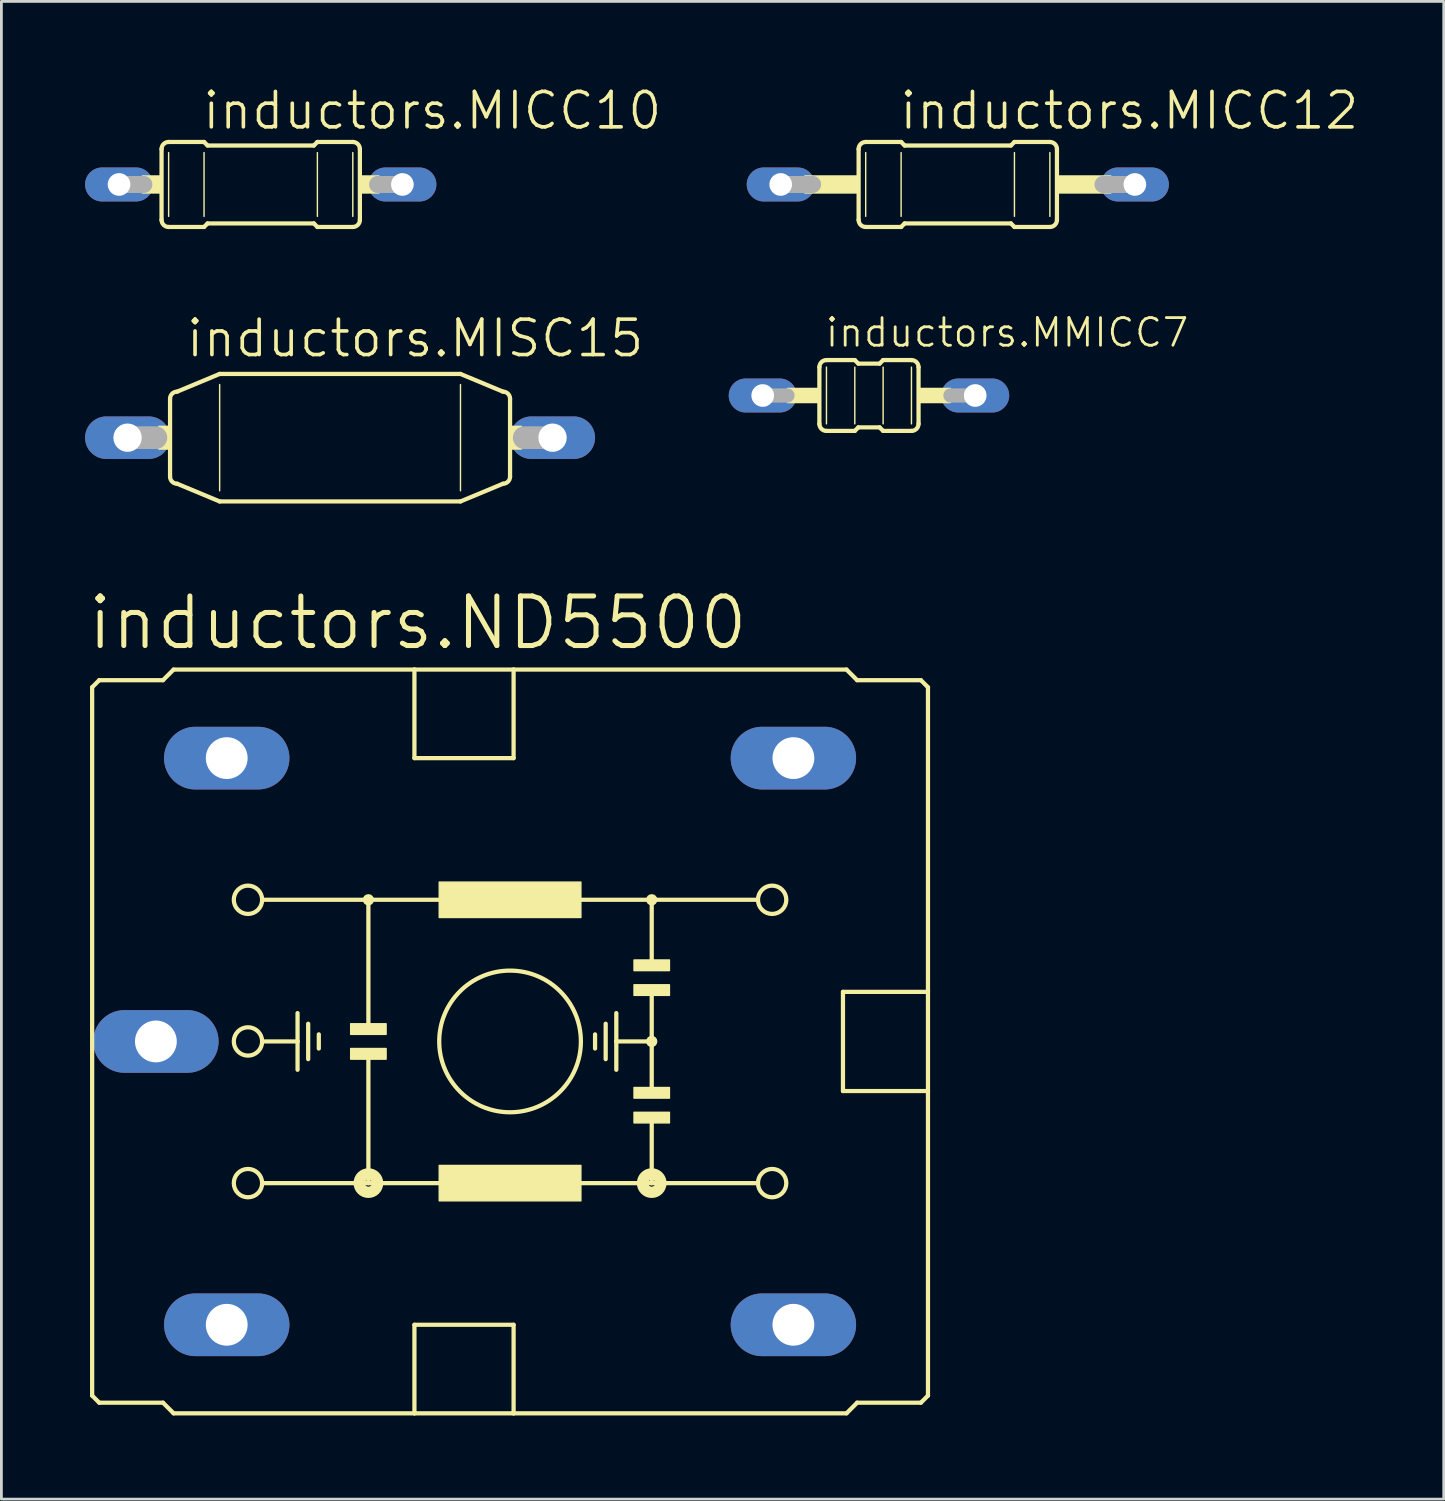
<source format=kicad_pcb>
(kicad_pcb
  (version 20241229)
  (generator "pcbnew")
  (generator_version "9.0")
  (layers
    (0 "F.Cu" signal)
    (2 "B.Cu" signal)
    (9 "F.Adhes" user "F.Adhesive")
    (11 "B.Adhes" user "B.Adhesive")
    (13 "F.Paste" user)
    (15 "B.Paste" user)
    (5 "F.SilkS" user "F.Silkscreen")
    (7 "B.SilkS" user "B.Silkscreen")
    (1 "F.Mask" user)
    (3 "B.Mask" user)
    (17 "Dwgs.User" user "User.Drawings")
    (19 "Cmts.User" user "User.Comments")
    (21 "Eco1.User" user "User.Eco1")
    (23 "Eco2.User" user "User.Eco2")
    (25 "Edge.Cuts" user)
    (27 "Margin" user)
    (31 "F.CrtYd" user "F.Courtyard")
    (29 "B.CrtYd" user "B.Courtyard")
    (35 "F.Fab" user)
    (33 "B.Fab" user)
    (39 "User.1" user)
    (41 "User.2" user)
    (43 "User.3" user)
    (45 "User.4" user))
  (footprint "inductors.MMICC7"
    (layer "F.Cu")
    (at 28.11 11.132)
    (property "Reference" "inductors.MMICC7" (at -1.626 -1.676 0) (layer "F.SilkS") (effects (font (size 0.991 0.991) (thickness 0.1)) (justify left bottom)))
    (attr through_hole)
    (fp_line (start -1.778 1.016) (end -1.778 -1.016) (stroke (width 0.152) (type default)) (layer "F.SilkS"))
    (fp_line (start -1.524 -1.27) (end -0.508 -1.27) (stroke (width 0.152) (type default)) (layer "F.SilkS"))
    (fp_line (start -1.524 -1.016) (end -1.524 1.016) (stroke (width 0.051) (type default)) (layer "F.SilkS"))
    (fp_line (start -1.524 1.27) (end -0.508 1.27) (stroke (width 0.152) (type default)) (layer "F.SilkS"))
    (fp_line (start -0.508 -1.016) (end -0.508 1.016) (stroke (width 0.051) (type default)) (layer "F.SilkS"))
    (fp_line (start -0.381 -1.143) (end -0.508 -1.27) (stroke (width 0.152) (type default)) (layer "F.SilkS"))
    (fp_line (start -0.381 1.143) (end -0.508 1.27) (stroke (width 0.152) (type default)) (layer "F.SilkS"))
    (fp_line (start 0.381 -1.143) (end -0.381 -1.143) (stroke (width 0.152) (type default)) (layer "F.SilkS"))
    (fp_line (start 0.381 -1.143) (end 0.508 -1.27) (stroke (width 0.152) (type default)) (layer "F.SilkS"))
    (fp_line (start 0.381 1.143) (end -0.381 1.143) (stroke (width 0.152) (type default)) (layer "F.SilkS"))
    (fp_line (start 0.381 1.143) (end 0.508 1.27) (stroke (width 0.152) (type default)) (layer "F.SilkS"))
    (fp_line (start 0.508 -1.016) (end 0.508 1.016) (stroke (width 0.051) (type default)) (layer "F.SilkS"))
    (fp_line (start 1.524 -1.27) (end 0.508 -1.27) (stroke (width 0.152) (type default)) (layer "F.SilkS"))
    (fp_line (start 1.524 -1.016) (end 1.524 1.016) (stroke (width 0.051) (type default)) (layer "F.SilkS"))
    (fp_line (start 1.524 1.27) (end 0.508 1.27) (stroke (width 0.152) (type default)) (layer "F.SilkS"))
    (fp_line (start 1.778 1.016) (end 1.778 -1.016) (stroke (width 0.152) (type default)) (layer "F.SilkS"))
    (fp_rect (start -2.921 0.254) (end -1.778 -0.254) (stroke (width 0.05) (type default)) (fill yes) (layer "F.SilkS"))
    (fp_rect (start 1.778 0.254) (end 2.921 -0.254) (stroke (width 0.05) (type default)) (fill yes) (layer "F.SilkS"))
    (fp_arc (start -1.778 -1.016) (mid -1.703605 -1.195605) (end -1.524 -1.27) (stroke (width 0.1524) (type default)) (layer "F.SilkS"))
    (fp_arc (start -1.524 1.27) (mid -1.703605 1.195605) (end -1.778 1.016) (stroke (width 0.1524) (type default)) (layer "F.SilkS"))
    (fp_arc (start 1.524 -1.27) (mid 1.703605 -1.195605) (end 1.778 -1.016) (stroke (width 0.1524) (type default)) (layer "F.SilkS"))
    (fp_arc (start 1.778 1.016) (mid 1.703605 1.195605) (end 1.524 1.27) (stroke (width 0.1524) (type default)) (layer "F.SilkS"))
    (fp_line (start -3.81 0) (end -2.921 0) (stroke (width 0.508) (type default)) (layer "F.Fab"))
    (fp_line (start 3.81 0) (end 2.921 0) (stroke (width 0.508) (type default)) (layer "F.Fab"))
    (pad "1" thru_hole oval (at -3.81 0) (size 2.438 1.219) (drill 0.813) (layers "*.Cu" "*.Mask"))
    (pad "2" thru_hole oval (at 3.81 0) (size 2.438 1.219) (drill 0.813) (layers "*.Cu" "*.Mask")))
  (footprint "inductors.MISC15"
    (layer "F.Cu")
    (at 9.144 12.645)
    (property "Reference" "inductors.MISC15" (at -5.588 -2.819 0) (layer "F.SilkS") (effects (font (size 1.27 1.27) (thickness 0.13)) (justify left bottom)))
    (attr through_hole)
    (fp_line (start -6.096 1.397) (end -6.096 -1.397) (stroke (width 0.152) (type default)) (layer "F.SilkS"))
    (fp_line (start -5.842 -1.651) (end -4.318 -2.286) (stroke (width 0.152) (type default)) (layer "F.SilkS"))
    (fp_line (start -5.842 1.651) (end -4.318 2.286) (stroke (width 0.152) (type default)) (layer "F.SilkS"))
    (fp_line (start -4.318 -1.905) (end -4.318 1.905) (stroke (width 0.051) (type default)) (layer "F.SilkS"))
    (fp_line (start 4.318 -2.286) (end -4.318 -2.286) (stroke (width 0.152) (type default)) (layer "F.SilkS"))
    (fp_line (start 4.318 -1.905) (end 4.318 1.905) (stroke (width 0.051) (type default)) (layer "F.SilkS"))
    (fp_line (start 4.318 2.286) (end -4.318 2.286) (stroke (width 0.152) (type default)) (layer "F.SilkS"))
    (fp_line (start 5.842 -1.651) (end 4.318 -2.286) (stroke (width 0.152) (type default)) (layer "F.SilkS"))
    (fp_line (start 5.842 1.651) (end 4.318 2.286) (stroke (width 0.152) (type default)) (layer "F.SilkS"))
    (fp_line (start 6.096 1.397) (end 6.096 -1.397) (stroke (width 0.152) (type default)) (layer "F.SilkS"))
    (fp_rect (start -6.502 0.406) (end -6.096 -0.406) (stroke (width 0.05) (type default)) (fill yes) (layer "F.SilkS"))
    (fp_rect (start 6.096 0.406) (end 6.502 -0.406) (stroke (width 0.05) (type default)) (fill yes) (layer "F.SilkS"))
    (fp_arc (start -6.096 -1.397) (mid -6.021605 -1.576605) (end -5.842 -1.651) (stroke (width 0.1524) (type default)) (layer "F.SilkS"))
    (fp_arc (start -5.842 1.651) (mid -6.021605 1.576605) (end -6.096 1.397) (stroke (width 0.1524) (type default)) (layer "F.SilkS"))
    (fp_arc (start 5.842 -1.651) (mid 6.021605 -1.576605) (end 6.096 -1.397) (stroke (width 0.1524) (type default)) (layer "F.SilkS"))
    (fp_arc (start 6.096 1.397) (mid 6.021605 1.576605) (end 5.842 1.651) (stroke (width 0.1524) (type default)) (layer "F.SilkS"))
    (fp_line (start -7.62 0) (end -6.604 0) (stroke (width 0.813) (type default)) (layer "F.Fab"))
    (fp_line (start 7.62 0) (end 6.604 0) (stroke (width 0.813) (type default)) (layer "F.Fab"))
    (pad "1" thru_hole oval (at -7.62 0) (size 3.048 1.524) (drill 1.016) (layers "*.Cu" "*.Mask"))
    (pad "2" thru_hole oval (at 7.62 0) (size 3.048 1.524) (drill 1.016) (layers "*.Cu" "*.Mask")))
  (footprint "inductors.ND5500"
    (layer "F.Cu")
    (at 15.24 34.295)
    (property "Reference" "inductors.ND5500" (at -15.24 -13.97 0) (layer "F.SilkS") (effects (font (size 1.778 1.778) (thickness 0.18)) (justify left bottom)))
    (attr through_hole)
    (fp_line (start -14.986 -12.7) (end -14.732 -12.954) (stroke (width 0.152) (type default)) (layer "F.SilkS"))
    (fp_line (start -14.986 12.7) (end -14.986 -12.7) (stroke (width 0.152) (type default)) (layer "F.SilkS"))
    (fp_line (start -14.986 12.7) (end -14.732 12.954) (stroke (width 0.152) (type default)) (layer "F.SilkS"))
    (fp_line (start -14.732 -12.954) (end -12.446 -12.954) (stroke (width 0.152) (type default)) (layer "F.SilkS"))
    (fp_line (start -14.732 12.954) (end -12.446 12.954) (stroke (width 0.152) (type default)) (layer "F.SilkS"))
    (fp_line (start -12.065 -13.335) (end -12.446 -12.954) (stroke (width 0.152) (type default)) (layer "F.SilkS"))
    (fp_line (start -12.065 -13.335) (end -3.429 -13.335) (stroke (width 0.152) (type default)) (layer "F.SilkS"))
    (fp_line (start -12.065 13.335) (end -12.446 12.954) (stroke (width 0.152) (type default)) (layer "F.SilkS"))
    (fp_line (start -12.065 13.335) (end -3.429 13.335) (stroke (width 0.152) (type default)) (layer "F.SilkS"))
    (fp_line (start -8.89 -5.08) (end -5.08 -5.08) (stroke (width 0.152) (type default)) (layer "F.SilkS"))
    (fp_line (start -8.89 0) (end -7.62 0) (stroke (width 0.152) (type default)) (layer "F.SilkS"))
    (fp_line (start -8.89 5.08) (end -5.08 5.08) (stroke (width 0.152) (type default)) (layer "F.SilkS"))
    (fp_line (start -7.62 -1.016) (end -7.62 0) (stroke (width 0.152) (type default)) (layer "F.SilkS"))
    (fp_line (start -7.62 0) (end -7.62 1.016) (stroke (width 0.152) (type default)) (layer "F.SilkS"))
    (fp_line (start -7.239 0.635) (end -7.239 -0.635) (stroke (width 0.152) (type default)) (layer "F.SilkS"))
    (fp_line (start -6.858 -0.254) (end -6.858 0.254) (stroke (width 0.152) (type default)) (layer "F.SilkS"))
    (fp_line (start -5.08 -5.08) (end -5.08 -0.508) (stroke (width 0.152) (type default)) (layer "F.SilkS"))
    (fp_line (start -5.08 -5.08) (end 5.08 -5.08) (stroke (width 0.152) (type default)) (layer "F.SilkS"))
    (fp_line (start -5.08 0.508) (end -5.08 5.08) (stroke (width 0.152) (type default)) (layer "F.SilkS"))
    (fp_line (start -5.08 5.08) (end 5.08 5.08) (stroke (width 0.152) (type default)) (layer "F.SilkS"))
    (fp_line (start -3.429 -10.16) (end -3.429 -13.335) (stroke (width 0.152) (type default)) (layer "F.SilkS"))
    (fp_line (start -3.429 13.335) (end -3.429 10.16) (stroke (width 0.152) (type default)) (layer "F.SilkS"))
    (fp_line (start 0.127 -13.335) (end -3.429 -13.335) (stroke (width 0.152) (type default)) (layer "F.SilkS"))
    (fp_line (start 0.127 -13.335) (end 0.127 -10.16) (stroke (width 0.152) (type default)) (layer "F.SilkS"))
    (fp_line (start 0.127 -10.16) (end -3.429 -10.16) (stroke (width 0.152) (type default)) (layer "F.SilkS"))
    (fp_line (start 0.127 10.16) (end -3.429 10.16) (stroke (width 0.152) (type default)) (layer "F.SilkS"))
    (fp_line (start 0.127 10.16) (end 0.127 13.335) (stroke (width 0.152) (type default)) (layer "F.SilkS"))
    (fp_line (start 0.127 13.335) (end -3.429 13.335) (stroke (width 0.152) (type default)) (layer "F.SilkS"))
    (fp_line (start 3.048 -0.254) (end 3.048 0.254) (stroke (width 0.152) (type default)) (layer "F.SilkS"))
    (fp_line (start 3.429 0.635) (end 3.429 -0.635) (stroke (width 0.152) (type default)) (layer "F.SilkS"))
    (fp_line (start 3.81 -1.016) (end 3.81 0) (stroke (width 0.152) (type default)) (layer "F.SilkS"))
    (fp_line (start 3.81 0) (end 3.81 1.016) (stroke (width 0.152) (type default)) (layer "F.SilkS"))
    (fp_line (start 5.08 -5.08) (end 5.08 -2.794) (stroke (width 0.152) (type default)) (layer "F.SilkS"))
    (fp_line (start 5.08 -5.08) (end 8.89 -5.08) (stroke (width 0.152) (type default)) (layer "F.SilkS"))
    (fp_line (start 5.08 0) (end 3.81 0) (stroke (width 0.152) (type default)) (layer "F.SilkS"))
    (fp_line (start 5.08 0) (end 5.08 -1.778) (stroke (width 0.152) (type default)) (layer "F.SilkS"))
    (fp_line (start 5.08 1.778) (end 5.08 0) (stroke (width 0.152) (type default)) (layer "F.SilkS"))
    (fp_line (start 5.08 2.794) (end 5.08 5.08) (stroke (width 0.152) (type default)) (layer "F.SilkS"))
    (fp_line (start 5.08 5.08) (end 8.89 5.08) (stroke (width 0.152) (type default)) (layer "F.SilkS"))
    (fp_line (start 11.938 1.778) (end 11.938 -1.778) (stroke (width 0.152) (type default)) (layer "F.SilkS"))
    (fp_line (start 11.938 1.778) (end 14.986 1.778) (stroke (width 0.152) (type default)) (layer "F.SilkS"))
    (fp_line (start 12.065 -13.335) (end 0.127 -13.335) (stroke (width 0.152) (type default)) (layer "F.SilkS"))
    (fp_line (start 12.065 -13.335) (end 12.446 -12.954) (stroke (width 0.152) (type default)) (layer "F.SilkS"))
    (fp_line (start 12.065 13.335) (end 0.127 13.335) (stroke (width 0.152) (type default)) (layer "F.SilkS"))
    (fp_line (start 12.065 13.335) (end 12.446 12.954) (stroke (width 0.152) (type default)) (layer "F.SilkS"))
    (fp_line (start 14.732 -12.954) (end 12.446 -12.954) (stroke (width 0.152) (type default)) (layer "F.SilkS"))
    (fp_line (start 14.732 12.954) (end 12.446 12.954) (stroke (width 0.152) (type default)) (layer "F.SilkS"))
    (fp_line (start 14.986 -12.7) (end 14.732 -12.954) (stroke (width 0.152) (type default)) (layer "F.SilkS"))
    (fp_line (start 14.986 -12.7) (end 14.986 -1.778) (stroke (width 0.152) (type default)) (layer "F.SilkS"))
    (fp_line (start 14.986 -1.778) (end 11.938 -1.778) (stroke (width 0.152) (type default)) (layer "F.SilkS"))
    (fp_line (start 14.986 -1.778) (end 14.986 1.778) (stroke (width 0.152) (type default)) (layer "F.SilkS"))
    (fp_line (start 14.986 1.778) (end 14.986 12.7) (stroke (width 0.152) (type default)) (layer "F.SilkS"))
    (fp_line (start 14.986 12.7) (end 14.732 12.954) (stroke (width 0.152) (type default)) (layer "F.SilkS"))
    (fp_rect (start -5.715 -0.254) (end -4.445 -0.635) (stroke (width 0.05) (type default)) (fill yes) (layer "F.SilkS"))
    (fp_rect (start -5.715 0.635) (end -4.445 0.254) (stroke (width 0.05) (type default)) (fill yes) (layer "F.SilkS"))
    (fp_rect (start -2.54 -4.445) (end 2.54 -5.715) (stroke (width 0.05) (type default)) (fill yes) (layer "F.SilkS"))
    (fp_rect (start -2.54 5.715) (end 2.54 4.445) (stroke (width 0.05) (type default)) (fill yes) (layer "F.SilkS"))
    (fp_rect (start 4.445 -2.54) (end 5.715 -2.921) (stroke (width 0.05) (type default)) (fill yes) (layer "F.SilkS"))
    (fp_rect (start 4.445 -1.651) (end 5.715 -2.032) (stroke (width 0.05) (type default)) (fill yes) (layer "F.SilkS"))
    (fp_rect (start 4.445 2.032) (end 5.715 1.651) (stroke (width 0.05) (type default)) (fill yes) (layer "F.SilkS"))
    (fp_rect (start 4.445 2.921) (end 5.715 2.54) (stroke (width 0.05) (type default)) (fill yes) (layer "F.SilkS"))
    (fp_circle (center -9.398 -5.08) (end -8.89 -5.08) (stroke (width 0.152) (type default)) (fill no) (layer "F.SilkS"))
    (fp_circle (center -9.398 0) (end -8.89 0) (stroke (width 0.152) (type default)) (fill no) (layer "F.SilkS"))
    (fp_circle (center -9.398 5.08) (end -8.89 5.08) (stroke (width 0.152) (type default)) (fill no) (layer "F.SilkS"))
    (fp_circle (center -5.08 -5.08) (end -4.953 -5.08) (stroke (width 0.152) (type default)) (fill no) (layer "F.SilkS"))
    (fp_circle (center -5.08 5.08) (end -4.953 5.08) (stroke (width 0.406) (type default)) (fill no) (layer "F.SilkS"))
    (fp_circle (center 0 0) (end 2.54 0) (stroke (width 0.152) (type default)) (fill no) (layer "F.SilkS"))
    (fp_circle (center 5.08 -5.08) (end 5.207 -5.08) (stroke (width 0.152) (type default)) (fill no) (layer "F.SilkS"))
    (fp_circle (center 5.08 0) (end 5.207 0) (stroke (width 0.152) (type default)) (fill no) (layer "F.SilkS"))
    (fp_circle (center 5.08 5.08) (end 5.207 5.08) (stroke (width 0.406) (type default)) (fill no) (layer "F.SilkS"))
    (fp_circle (center 9.398 -5.08) (end 9.906 -5.08) (stroke (width 0.152) (type default)) (fill no) (layer "F.SilkS"))
    (fp_circle (center 9.398 5.08) (end 9.906 5.08) (stroke (width 0.152) (type default)) (fill no) (layer "F.SilkS"))
    (pad "1" thru_hole oval (at -10.16 -10.16) (size 4.496 2.248) (drill 1.499) (layers "*.Cu" "*.Mask"))
    (pad "2" thru_hole oval (at 10.16 -10.16) (size 4.496 2.248) (drill 1.499) (layers "*.Cu" "*.Mask"))
    (pad "3" thru_hole oval (at -10.16 10.16) (size 4.496 2.248) (drill 1.499) (layers "*.Cu" "*.Mask"))
    (pad "4" thru_hole oval (at 10.16 10.16) (size 4.496 2.248) (drill 1.499) (layers "*.Cu" "*.Mask"))
    (pad "5" thru_hole oval (at -12.7 0) (size 4.496 2.248) (drill 1.499) (layers "*.Cu" "*.Mask")))
  (footprint "inductors.MICC10"
    (layer "F.Cu")
    (at 6.299 3.565)
    (property "Reference" "inductors.MICC10" (at -2.159 -1.905 0) (layer "F.SilkS") (effects (font (size 1.27 1.27) (thickness 0.13)) (justify left bottom)))
    (attr through_hole)
    (fp_line (start -3.556 1.27) (end -3.556 -1.27) (stroke (width 0.152) (type default)) (layer "F.SilkS"))
    (fp_line (start -3.302 -1.524) (end -2.032 -1.524) (stroke (width 0.152) (type default)) (layer "F.SilkS"))
    (fp_line (start -3.302 -1.143) (end -3.302 1.143) (stroke (width 0.051) (type default)) (layer "F.SilkS"))
    (fp_line (start -3.302 1.524) (end -2.032 1.524) (stroke (width 0.152) (type default)) (layer "F.SilkS"))
    (fp_line (start -2.032 -1.143) (end -2.032 1.143) (stroke (width 0.051) (type default)) (layer "F.SilkS"))
    (fp_line (start -1.905 -1.397) (end -2.032 -1.524) (stroke (width 0.152) (type default)) (layer "F.SilkS"))
    (fp_line (start -1.905 1.397) (end -2.032 1.524) (stroke (width 0.152) (type default)) (layer "F.SilkS"))
    (fp_line (start 1.905 -1.397) (end -1.905 -1.397) (stroke (width 0.152) (type default)) (layer "F.SilkS"))
    (fp_line (start 1.905 -1.397) (end 2.032 -1.524) (stroke (width 0.152) (type default)) (layer "F.SilkS"))
    (fp_line (start 1.905 1.397) (end -1.905 1.397) (stroke (width 0.152) (type default)) (layer "F.SilkS"))
    (fp_line (start 1.905 1.397) (end 2.032 1.524) (stroke (width 0.152) (type default)) (layer "F.SilkS"))
    (fp_line (start 2.032 -1.143) (end 2.032 1.143) (stroke (width 0.051) (type default)) (layer "F.SilkS"))
    (fp_line (start 3.302 -1.524) (end 2.032 -1.524) (stroke (width 0.152) (type default)) (layer "F.SilkS"))
    (fp_line (start 3.302 -1.143) (end 3.302 1.143) (stroke (width 0.051) (type default)) (layer "F.SilkS"))
    (fp_line (start 3.302 1.524) (end 2.032 1.524) (stroke (width 0.152) (type default)) (layer "F.SilkS"))
    (fp_line (start 3.556 1.27) (end 3.556 -1.27) (stroke (width 0.152) (type default)) (layer "F.SilkS"))
    (fp_rect (start -4.242 0.305) (end -3.556 -0.305) (stroke (width 0.05) (type default)) (fill yes) (layer "F.SilkS"))
    (fp_rect (start 3.556 0.305) (end 4.242 -0.305) (stroke (width 0.05) (type default)) (fill yes) (layer "F.SilkS"))
    (fp_arc (start -3.556 -1.27) (mid -3.481605 -1.449605) (end -3.302 -1.524) (stroke (width 0.1524) (type default)) (layer "F.SilkS"))
    (fp_arc (start -3.302 1.524) (mid -3.481605 1.449605) (end -3.556 1.27) (stroke (width 0.1524) (type default)) (layer "F.SilkS"))
    (fp_arc (start 3.302 -1.524) (mid 3.481605 -1.449605) (end 3.556 -1.27) (stroke (width 0.1524) (type default)) (layer "F.SilkS"))
    (fp_arc (start 3.556 1.27) (mid 3.481605 1.449605) (end 3.302 1.524) (stroke (width 0.1524) (type default)) (layer "F.SilkS"))
    (fp_line (start -5.08 0) (end -4.191 0) (stroke (width 0.61) (type default)) (layer "F.Fab"))
    (fp_line (start 5.08 0) (end 4.191 0) (stroke (width 0.61) (type default)) (layer "F.Fab"))
    (pad "1" thru_hole oval (at -5.08 0) (size 2.438 1.219) (drill 0.813) (layers "*.Cu" "*.Mask"))
    (pad "2" thru_hole oval (at 5.08 0) (size 2.438 1.219) (drill 0.813) (layers "*.Cu" "*.Mask")))
  (footprint "inductors.MICC12"
    (layer "F.Cu")
    (at 31.295 3.565)
    (property "Reference" "inductors.MICC12" (at -2.159 -1.905 0) (layer "F.SilkS") (effects (font (size 1.27 1.27) (thickness 0.13)) (justify left bottom)))
    (attr through_hole)
    (fp_line (start -3.556 1.27) (end -3.556 -1.27) (stroke (width 0.152) (type default)) (layer "F.SilkS"))
    (fp_line (start -3.302 -1.524) (end -2.032 -1.524) (stroke (width 0.152) (type default)) (layer "F.SilkS"))
    (fp_line (start -3.302 -1.143) (end -3.302 1.143) (stroke (width 0.051) (type default)) (layer "F.SilkS"))
    (fp_line (start -3.302 1.524) (end -2.032 1.524) (stroke (width 0.152) (type default)) (layer "F.SilkS"))
    (fp_line (start -2.032 -1.143) (end -2.032 1.143) (stroke (width 0.051) (type default)) (layer "F.SilkS"))
    (fp_line (start -1.905 -1.397) (end -2.032 -1.524) (stroke (width 0.152) (type default)) (layer "F.SilkS"))
    (fp_line (start -1.905 1.397) (end -2.032 1.524) (stroke (width 0.152) (type default)) (layer "F.SilkS"))
    (fp_line (start 1.905 -1.397) (end -1.905 -1.397) (stroke (width 0.152) (type default)) (layer "F.SilkS"))
    (fp_line (start 1.905 -1.397) (end 2.032 -1.524) (stroke (width 0.152) (type default)) (layer "F.SilkS"))
    (fp_line (start 1.905 1.397) (end -1.905 1.397) (stroke (width 0.152) (type default)) (layer "F.SilkS"))
    (fp_line (start 1.905 1.397) (end 2.032 1.524) (stroke (width 0.152) (type default)) (layer "F.SilkS"))
    (fp_line (start 2.032 -1.143) (end 2.032 1.143) (stroke (width 0.051) (type default)) (layer "F.SilkS"))
    (fp_line (start 3.302 -1.524) (end 2.032 -1.524) (stroke (width 0.152) (type default)) (layer "F.SilkS"))
    (fp_line (start 3.302 -1.143) (end 3.302 1.143) (stroke (width 0.051) (type default)) (layer "F.SilkS"))
    (fp_line (start 3.302 1.524) (end 2.032 1.524) (stroke (width 0.152) (type default)) (layer "F.SilkS"))
    (fp_line (start 3.556 1.27) (end 3.556 -1.27) (stroke (width 0.152) (type default)) (layer "F.SilkS"))
    (fp_rect (start -5.486 0.305) (end -3.556 -0.305) (stroke (width 0.05) (type default)) (fill yes) (layer "F.SilkS"))
    (fp_rect (start 3.556 0.305) (end 5.486 -0.305) (stroke (width 0.05) (type default)) (fill yes) (layer "F.SilkS"))
    (fp_arc (start -3.556 -1.27) (mid -3.481605 -1.449605) (end -3.302 -1.524) (stroke (width 0.1524) (type default)) (layer "F.SilkS"))
    (fp_arc (start -3.302 1.524) (mid -3.481605 1.449605) (end -3.556 1.27) (stroke (width 0.1524) (type default)) (layer "F.SilkS"))
    (fp_arc (start 3.302 -1.524) (mid 3.481605 -1.449605) (end 3.556 -1.27) (stroke (width 0.1524) (type default)) (layer "F.SilkS"))
    (fp_arc (start 3.556 1.27) (mid 3.481605 1.449605) (end 3.302 1.524) (stroke (width 0.1524) (type default)) (layer "F.SilkS"))
    (fp_line (start -6.35 0) (end -5.207 0) (stroke (width 0.61) (type default)) (layer "F.Fab"))
    (fp_line (start 6.35 0) (end 5.207 0) (stroke (width 0.61) (type default)) (layer "F.Fab"))
    (pad "1" thru_hole oval (at -6.35 0) (size 2.438 1.219) (drill 0.813) (layers "*.Cu" "*.Mask"))
    (pad "2" thru_hole oval (at 6.35 0) (size 2.438 1.219) (drill 0.813) (layers "*.Cu" "*.Mask")))
  (gr_rect
    (start -3 -3)
    (end 48.721 50.706)
    (stroke (width 0.1) (type default))
    (fill no)
    (layer "Edge.Cuts")))
</source>
